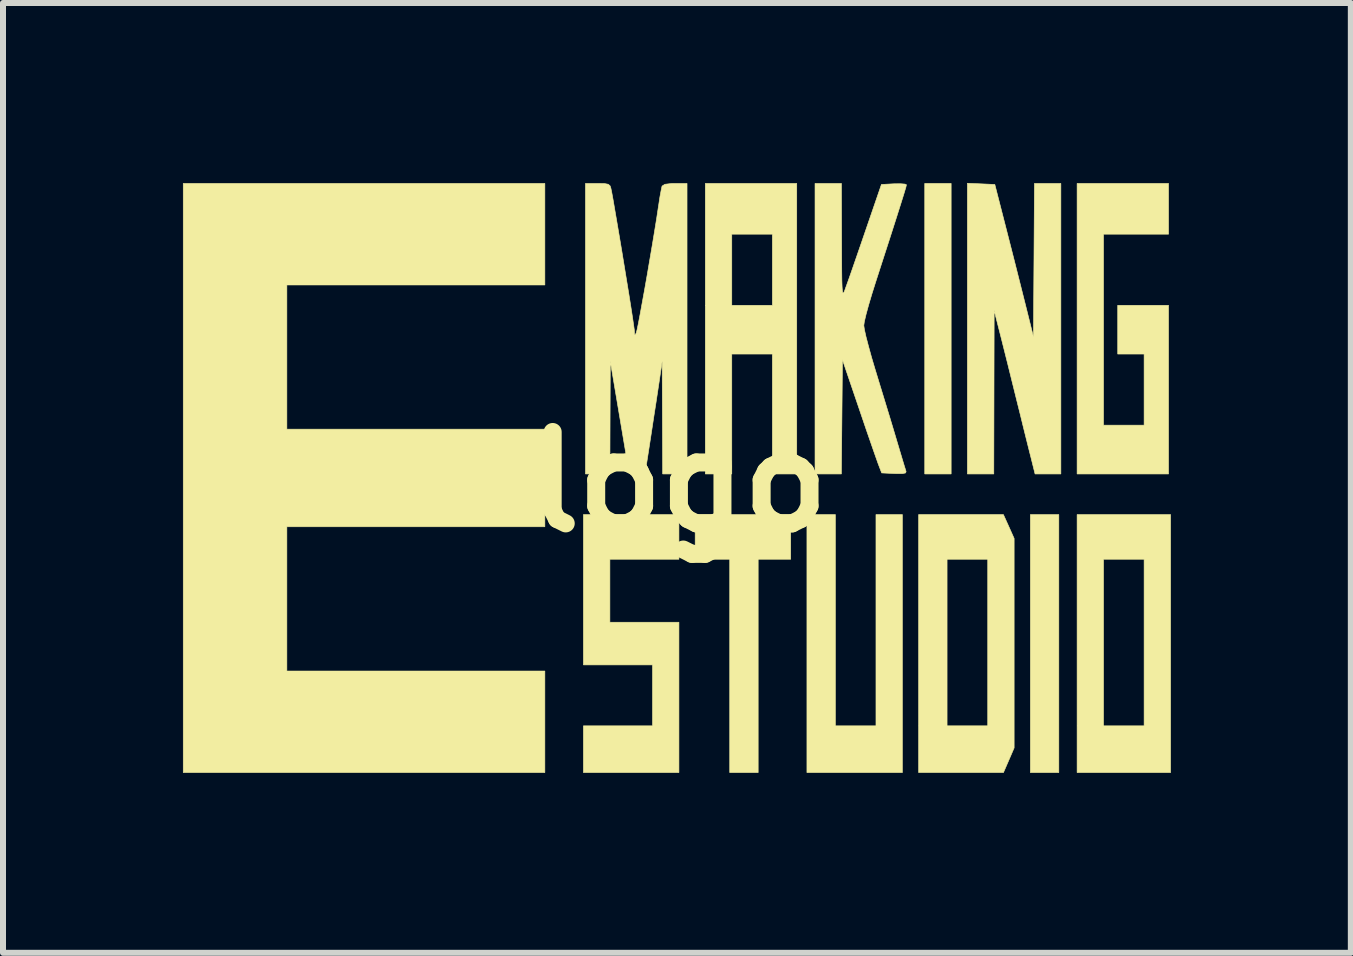
<source format=kicad_pcb>
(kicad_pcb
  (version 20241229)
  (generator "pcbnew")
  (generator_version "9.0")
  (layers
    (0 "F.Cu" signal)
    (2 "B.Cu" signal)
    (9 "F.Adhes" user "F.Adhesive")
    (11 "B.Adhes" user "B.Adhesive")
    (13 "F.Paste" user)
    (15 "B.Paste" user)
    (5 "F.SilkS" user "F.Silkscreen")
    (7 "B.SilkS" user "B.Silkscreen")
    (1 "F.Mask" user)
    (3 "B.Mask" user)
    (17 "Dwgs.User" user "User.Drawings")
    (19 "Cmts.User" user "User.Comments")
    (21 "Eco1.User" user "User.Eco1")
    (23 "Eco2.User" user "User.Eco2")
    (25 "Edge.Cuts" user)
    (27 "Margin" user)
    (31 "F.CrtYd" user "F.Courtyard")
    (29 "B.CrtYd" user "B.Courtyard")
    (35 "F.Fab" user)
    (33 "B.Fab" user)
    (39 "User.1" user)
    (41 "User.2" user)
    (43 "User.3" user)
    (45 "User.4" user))
  (footprint "logo"
    (layer "F.Cu")
    (at 8.268 4.986)
    (property "Reference" "logo" (at 0 0 0) (layer "F.SilkS") (effects (font (size 1.524 1.524) (thickness 0.3))))
    (attr through_hole)
    (fp_poly (pts (xy 4.538 -0.135) (xy 4.098 -0.135) (xy 4.098 -4.978) (xy 4.538 -4.978) (xy 4.538 -0.135)) (stroke (width 0.01) (type solid)) (fill yes) (layer "F.SilkS"))
    (fp_poly (pts (xy 6.333 4.843) (xy 5.859 4.843) (xy 5.859 0.542) (xy 6.333 0.542) (xy 6.333 4.843)) (stroke (width 0.01) (type solid)) (fill yes) (layer "F.SilkS"))
    (fp_poly (pts (xy 1.863 1.287) (xy 1.321 1.287) (xy 1.321 4.843) (xy 0.847 4.843) (xy 0.847 1.287) (xy 0.271 1.287) (xy 0.271 0.542) (xy 1.863 0.542) (xy 1.863 1.287)) (stroke (width 0.01) (type solid)) (fill yes) (layer "F.SilkS"))
    (fp_poly (pts (xy 2.608 4.064) (xy 3.285 4.064) (xy 3.285 0.542) (xy 3.725 0.542) (xy 3.725 4.843) (xy 2.134 4.843) (xy 2.134 0.542) (xy 2.608 0.542) (xy 2.608 4.064)) (stroke (width 0.01) (type solid)) (fill yes) (layer "F.SilkS"))
    (fp_poly (pts (xy 8.196 4.843) (xy 6.638 4.843) (xy 6.638 1.287) (xy 7.078 1.287) (xy 7.078 4.064) (xy 7.755 4.064) (xy 7.755 1.287) (xy 7.078 1.287) (xy 6.638 1.287) (xy 6.638 0.542) (xy 8.196 0.542) (xy 8.196 4.843)) (stroke (width 0.01) (type solid)) (fill yes) (layer "F.SilkS"))
    (fp_poly (pts (xy -2.235 -3.285) (xy -6.536 -3.285) (xy -6.536 -0.881) (xy -2.235 -0.881) (xy -2.235 0.745) (xy -6.536 0.745) (xy -6.536 3.15) (xy -2.235 3.15) (xy -2.235 4.843) (xy -8.263 4.843) (xy -8.263 -4.978) (xy -2.235 -4.978) (xy -2.235 -3.285)) (stroke (width 0.01) (type solid)) (fill yes) (layer "F.SilkS"))
    (fp_poly (pts (xy 0 1.287) (xy -1.151 1.287) (xy -1.151 2.337) (xy 0 2.337) (xy 0 4.843) (xy -1.592 4.843) (xy -1.592 4.064) (xy -0.44 4.064) (xy -0.44 3.048) (xy -1.592 3.048) (xy -1.592 0.542) (xy 0 0.542) (xy 0 1.287)) (stroke (width 0.01) (type solid)) (fill yes) (layer "F.SilkS"))
    (fp_poly (pts (xy 8.162 -4.132) (xy 7.078 -4.132) (xy 7.078 -0.948) (xy 7.755 -0.948) (xy 7.755 -2.134) (xy 7.315 -2.134) (xy 7.315 -2.946) (xy 8.162 -2.946) (xy 8.162 -0.135) (xy 6.638 -0.135) (xy 6.638 -4.978) (xy 8.162 -4.978) (xy 8.162 -4.132)) (stroke (width 0.01) (type solid)) (fill yes) (layer "F.SilkS"))
    (fp_poly (pts (xy 1.964 -0.135) (xy 1.558 -0.135) (xy 1.558 -2.134) (xy 0.881 -2.134) (xy 0.881 -0.135) (xy 0.44 -0.135) (xy 0.44 -4.132) (xy 0.881 -4.132) (xy 0.881 -2.946) (xy 1.558 -2.946) (xy 1.558 -4.132) (xy 0.881 -4.132) (xy 0.44 -4.132) (xy 0.44 -4.978) (xy 1.964 -4.978) (xy 1.964 -0.135)) (stroke (width 0.01) (type solid)) (fill yes) (layer "F.SilkS"))
    (fp_poly (pts (xy 5.499 0.741) (xy 5.588 0.94) (xy 5.588 4.432) (xy 5.499 4.638) (xy 5.41 4.843) (xy 3.996 4.843) (xy 3.996 1.287) (xy 4.47 1.287) (xy 4.47 4.064) (xy 5.148 4.064) (xy 5.148 1.287) (xy 4.47 1.287) (xy 3.996 1.287) (xy 3.996 0.542) (xy 5.409 0.542) (xy 5.499 0.741)) (stroke (width 0.01) (type solid)) (fill yes) (layer "F.SilkS"))
    (fp_poly (pts (xy 5.266 -4.961) (xy 5.444 -4.267) (xy 5.51 -4.009) (xy 5.582 -3.727) (xy 5.654 -3.442) (xy 5.72 -3.18) (xy 5.766 -2.997) (xy 5.91 -2.421) (xy 5.919 -3.7) (xy 5.927 -4.978) (xy 6.367 -4.978) (xy 6.367 -0.135) (xy 5.937 -0.135) (xy 5.867 -0.415) (xy 5.838 -0.53) (xy 5.796 -0.698) (xy 5.745 -0.903) (xy 5.689 -1.132) (xy 5.629 -1.372) (xy 5.604 -1.473) (xy 5.544 -1.715) (xy 5.485 -1.954) (xy 5.429 -2.177) (xy 5.381 -2.368) (xy 5.344 -2.514) (xy 5.333 -2.557) (xy 5.255 -2.862) (xy 5.252 -1.499) (xy 5.249 -0.135) (xy 4.809 -0.135) (xy 4.809 -4.981) (xy 5.266 -4.961)) (stroke (width 0.01) (type solid)) (fill yes) (layer "F.SilkS"))
    (fp_poly (pts (xy -1.241 -4.976) (xy -1.177 -4.964) (xy -1.147 -4.937) (xy -1.135 -4.902) (xy -1.12 -4.83) (xy -1.097 -4.704) (xy -1.068 -4.533) (xy -1.033 -4.329) (xy -0.994 -4.099) (xy -0.953 -3.855) (xy -0.912 -3.605) (xy -0.872 -3.36) (xy -0.834 -3.129) (xy -0.801 -2.921) (xy -0.774 -2.747) (xy -0.755 -2.616) (xy -0.744 -2.538) (xy -0.743 -2.523) (xy -0.739 -2.459) (xy -0.727 -2.456) (xy -0.711 -2.489) (xy -0.698 -2.538) (xy -0.676 -2.644) (xy -0.647 -2.797) (xy -0.612 -2.989) (xy -0.572 -3.208) (xy -0.53 -3.446) (xy -0.488 -3.693) (xy -0.446 -3.939) (xy -0.407 -4.175) (xy -0.372 -4.391) (xy -0.344 -4.577) (xy -0.337 -4.621) (xy -0.317 -4.753) (xy -0.297 -4.861) (xy -0.283 -4.927) (xy -0.281 -4.934) (xy -0.234 -4.964) (xy -0.123 -4.977) (xy -0.064 -4.978) (xy 0.135 -4.978) (xy 0.135 -0.135) (xy -0.271 -0.135) (xy -0.275 -1.075) (xy -0.279 -2.015) (xy -0.329 -1.676) (xy -0.352 -1.524) (xy -0.382 -1.325) (xy -0.417 -1.101) (xy -0.452 -0.87) (xy -0.471 -0.745) (xy -0.563 -0.152) (xy -0.83 -0.152) (xy -0.987 -1.084) (xy -1.144 -2.015) (xy -1.148 -1.075) (xy -1.151 -0.135) (xy -1.558 -0.135) (xy -1.558 -4.978) (xy -1.355 -4.978) (xy -1.241 -4.976)) (stroke (width 0.01) (type solid)) (fill yes) (layer "F.SilkS"))
    (fp_poly (pts (xy 2.712 -4.022) (xy 2.713 -3.744) (xy 2.714 -3.527) (xy 2.716 -3.366) (xy 2.72 -3.254) (xy 2.725 -3.185) (xy 2.733 -3.153) (xy 2.743 -3.152) (xy 2.756 -3.175) (xy 2.766 -3.2) (xy 2.791 -3.27) (xy 2.835 -3.392) (xy 2.893 -3.558) (xy 2.962 -3.757) (xy 3.038 -3.977) (xy 3.097 -4.149) (xy 3.376 -4.961) (xy 3.585 -4.972) (xy 3.693 -4.973) (xy 3.769 -4.967) (xy 3.793 -4.956) (xy 3.783 -4.913) (xy 3.751 -4.806) (xy 3.698 -4.637) (xy 3.624 -4.403) (xy 3.529 -4.106) (xy 3.412 -3.745) (xy 3.28 -3.336) (xy 3.217 -3.136) (xy 3.162 -2.951) (xy 3.119 -2.793) (xy 3.091 -2.674) (xy 3.082 -2.61) (xy 3.092 -2.542) (xy 3.119 -2.421) (xy 3.161 -2.261) (xy 3.213 -2.072) (xy 3.274 -1.867) (xy 3.28 -1.848) (xy 3.354 -1.605) (xy 3.434 -1.344) (xy 3.513 -1.085) (xy 3.583 -0.852) (xy 3.625 -0.711) (xy 3.677 -0.537) (xy 3.723 -0.383) (xy 3.759 -0.264) (xy 3.782 -0.191) (xy 3.787 -0.176) (xy 3.779 -0.152) (xy 3.727 -0.141) (xy 3.622 -0.141) (xy 3.591 -0.142) (xy 3.38 -0.152) (xy 3.321 -0.306) (xy 3.294 -0.382) (xy 3.249 -0.51) (xy 3.19 -0.68) (xy 3.12 -0.882) (xy 3.045 -1.103) (xy 2.995 -1.25) (xy 2.726 -2.04) (xy 2.717 -1.088) (xy 2.708 -0.135) (xy 2.269 -0.135) (xy 2.269 -4.978) (xy 2.709 -4.978) (xy 2.712 -4.022)) (stroke (width 0.01) (type solid)) (fill yes) (layer "F.SilkS")))
  (gr_rect
    (start -3 -3)
    (end 19.469 12.834)
    (stroke (width 0.1) (type default))
    (fill no)
    (layer "Edge.Cuts")))
</source>
